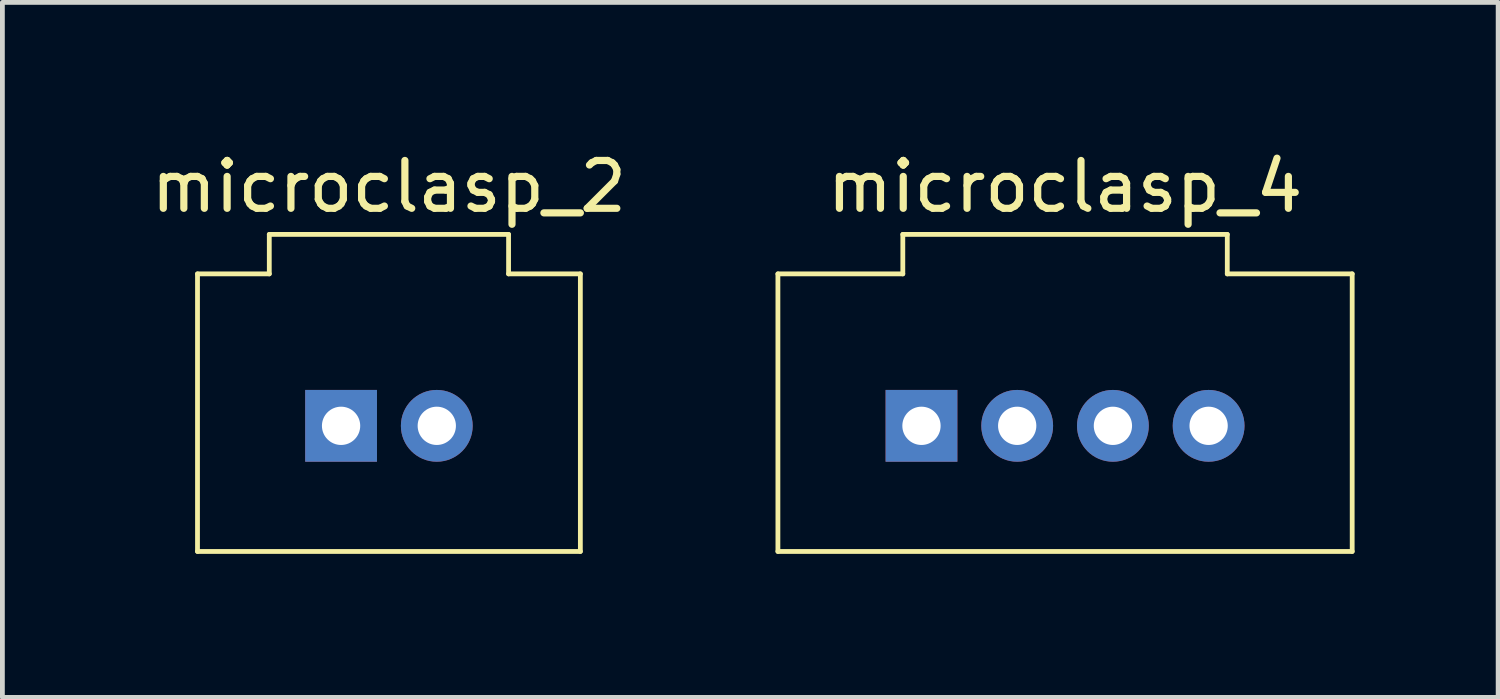
<source format=kicad_pcb>
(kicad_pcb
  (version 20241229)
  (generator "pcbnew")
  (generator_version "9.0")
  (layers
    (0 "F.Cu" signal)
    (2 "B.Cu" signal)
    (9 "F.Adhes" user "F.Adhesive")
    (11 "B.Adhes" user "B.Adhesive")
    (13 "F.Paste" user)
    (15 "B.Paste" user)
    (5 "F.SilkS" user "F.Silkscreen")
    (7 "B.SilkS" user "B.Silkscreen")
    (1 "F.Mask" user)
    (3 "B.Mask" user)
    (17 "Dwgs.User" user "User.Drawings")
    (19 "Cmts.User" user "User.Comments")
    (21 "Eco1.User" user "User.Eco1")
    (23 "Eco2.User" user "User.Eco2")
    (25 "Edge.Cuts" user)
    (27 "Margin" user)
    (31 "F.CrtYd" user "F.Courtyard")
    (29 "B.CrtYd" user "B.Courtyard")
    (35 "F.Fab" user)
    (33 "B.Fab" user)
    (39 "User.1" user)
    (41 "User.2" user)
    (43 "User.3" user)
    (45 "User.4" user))
  (footprint "microclasp_2"
    (layer "F.Cu")
    (at 5.077 5.848)
    (property "Reference" "microclasp_2" (at 0 -5 0) (layer "F.SilkS") (effects (font (size 1 1) (thickness 0.15))))
    (attr through_hole)
    (fp_line (start -4 -3.175) (end -2.5 -3.175) (stroke (width 0.1) (type solid)) (layer "F.SilkS"))
    (fp_line (start -4 2.625) (end -4 -3.175) (stroke (width 0.1) (type solid)) (layer "F.SilkS"))
    (fp_line (start -2.5 -4) (end 2.5 -4) (stroke (width 0.1) (type solid)) (layer "F.SilkS"))
    (fp_line (start -2.5 -3.175) (end -2.5 -4) (stroke (width 0.1) (type solid)) (layer "F.SilkS"))
    (fp_line (start 2.5 -4) (end 2.5 -3.175) (stroke (width 0.1) (type solid)) (layer "F.SilkS"))
    (fp_line (start 2.5 -3.175) (end 4 -3.175) (stroke (width 0.1) (type solid)) (layer "F.SilkS"))
    (fp_line (start 4 -3.175) (end 4 2.625) (stroke (width 0.1) (type solid)) (layer "F.SilkS"))
    (fp_line (start 4 2.625) (end -4 2.625) (stroke (width 0.1) (type solid)) (layer "F.SilkS"))
    (pad "1" thru_hole rect (at -1 0) (size 1.5 1.5) (drill 0.8) (layers "*.Cu" "*.Mask"))
    (pad "2" thru_hole circle (at 1 0) (size 1.5 1.5) (drill 0.8) (layers "*.Cu" "*.Mask")))
  (footprint "microclasp_4"
    (layer "F.Cu")
    (at 19.205 5.848)
    (property "Reference" "microclasp_4" (at 0 -5 0) (layer "F.SilkS") (effects (font (size 1 1) (thickness 0.15))))
    (attr through_hole)
    (fp_line (start -6 -3.175) (end -3.39 -3.175) (stroke (width 0.1) (type solid)) (layer "F.SilkS"))
    (fp_line (start -6 2.625) (end -6 -3.175) (stroke (width 0.1) (type solid)) (layer "F.SilkS"))
    (fp_line (start -3.39 -4) (end 3.39 -4) (stroke (width 0.1) (type solid)) (layer "F.SilkS"))
    (fp_line (start -3.39 -3.175) (end -3.39 -4) (stroke (width 0.1) (type solid)) (layer "F.SilkS"))
    (fp_line (start 3.39 -4) (end 3.39 -3.175) (stroke (width 0.1) (type solid)) (layer "F.SilkS"))
    (fp_line (start 3.39 -3.175) (end 6 -3.175) (stroke (width 0.1) (type solid)) (layer "F.SilkS"))
    (fp_line (start 6 -3.175) (end 6 2.625) (stroke (width 0.1) (type solid)) (layer "F.SilkS"))
    (fp_line (start 6 2.625) (end -6 2.625) (stroke (width 0.1) (type solid)) (layer "F.SilkS"))
    (pad "1" thru_hole rect (at -3 0) (size 1.5 1.5) (drill 0.8) (layers "*.Cu" "*.Mask"))
    (pad "2" thru_hole circle (at -1 0) (size 1.5 1.5) (drill 0.8) (layers "*.Cu" "*.Mask"))
    (pad "3" thru_hole circle (at 1 0) (size 1.5 1.5) (drill 0.8) (layers "*.Cu" "*.Mask"))
    (pad "4" thru_hole circle (at 3 0) (size 1.5 1.5) (drill 0.8) (layers "*.Cu" "*.Mask")))
  (gr_rect
    (start -3 -3)
    (end 28.255 11.523)
    (stroke (width 0.1) (type default))
    (fill no)
    (layer "Edge.Cuts")))
</source>
